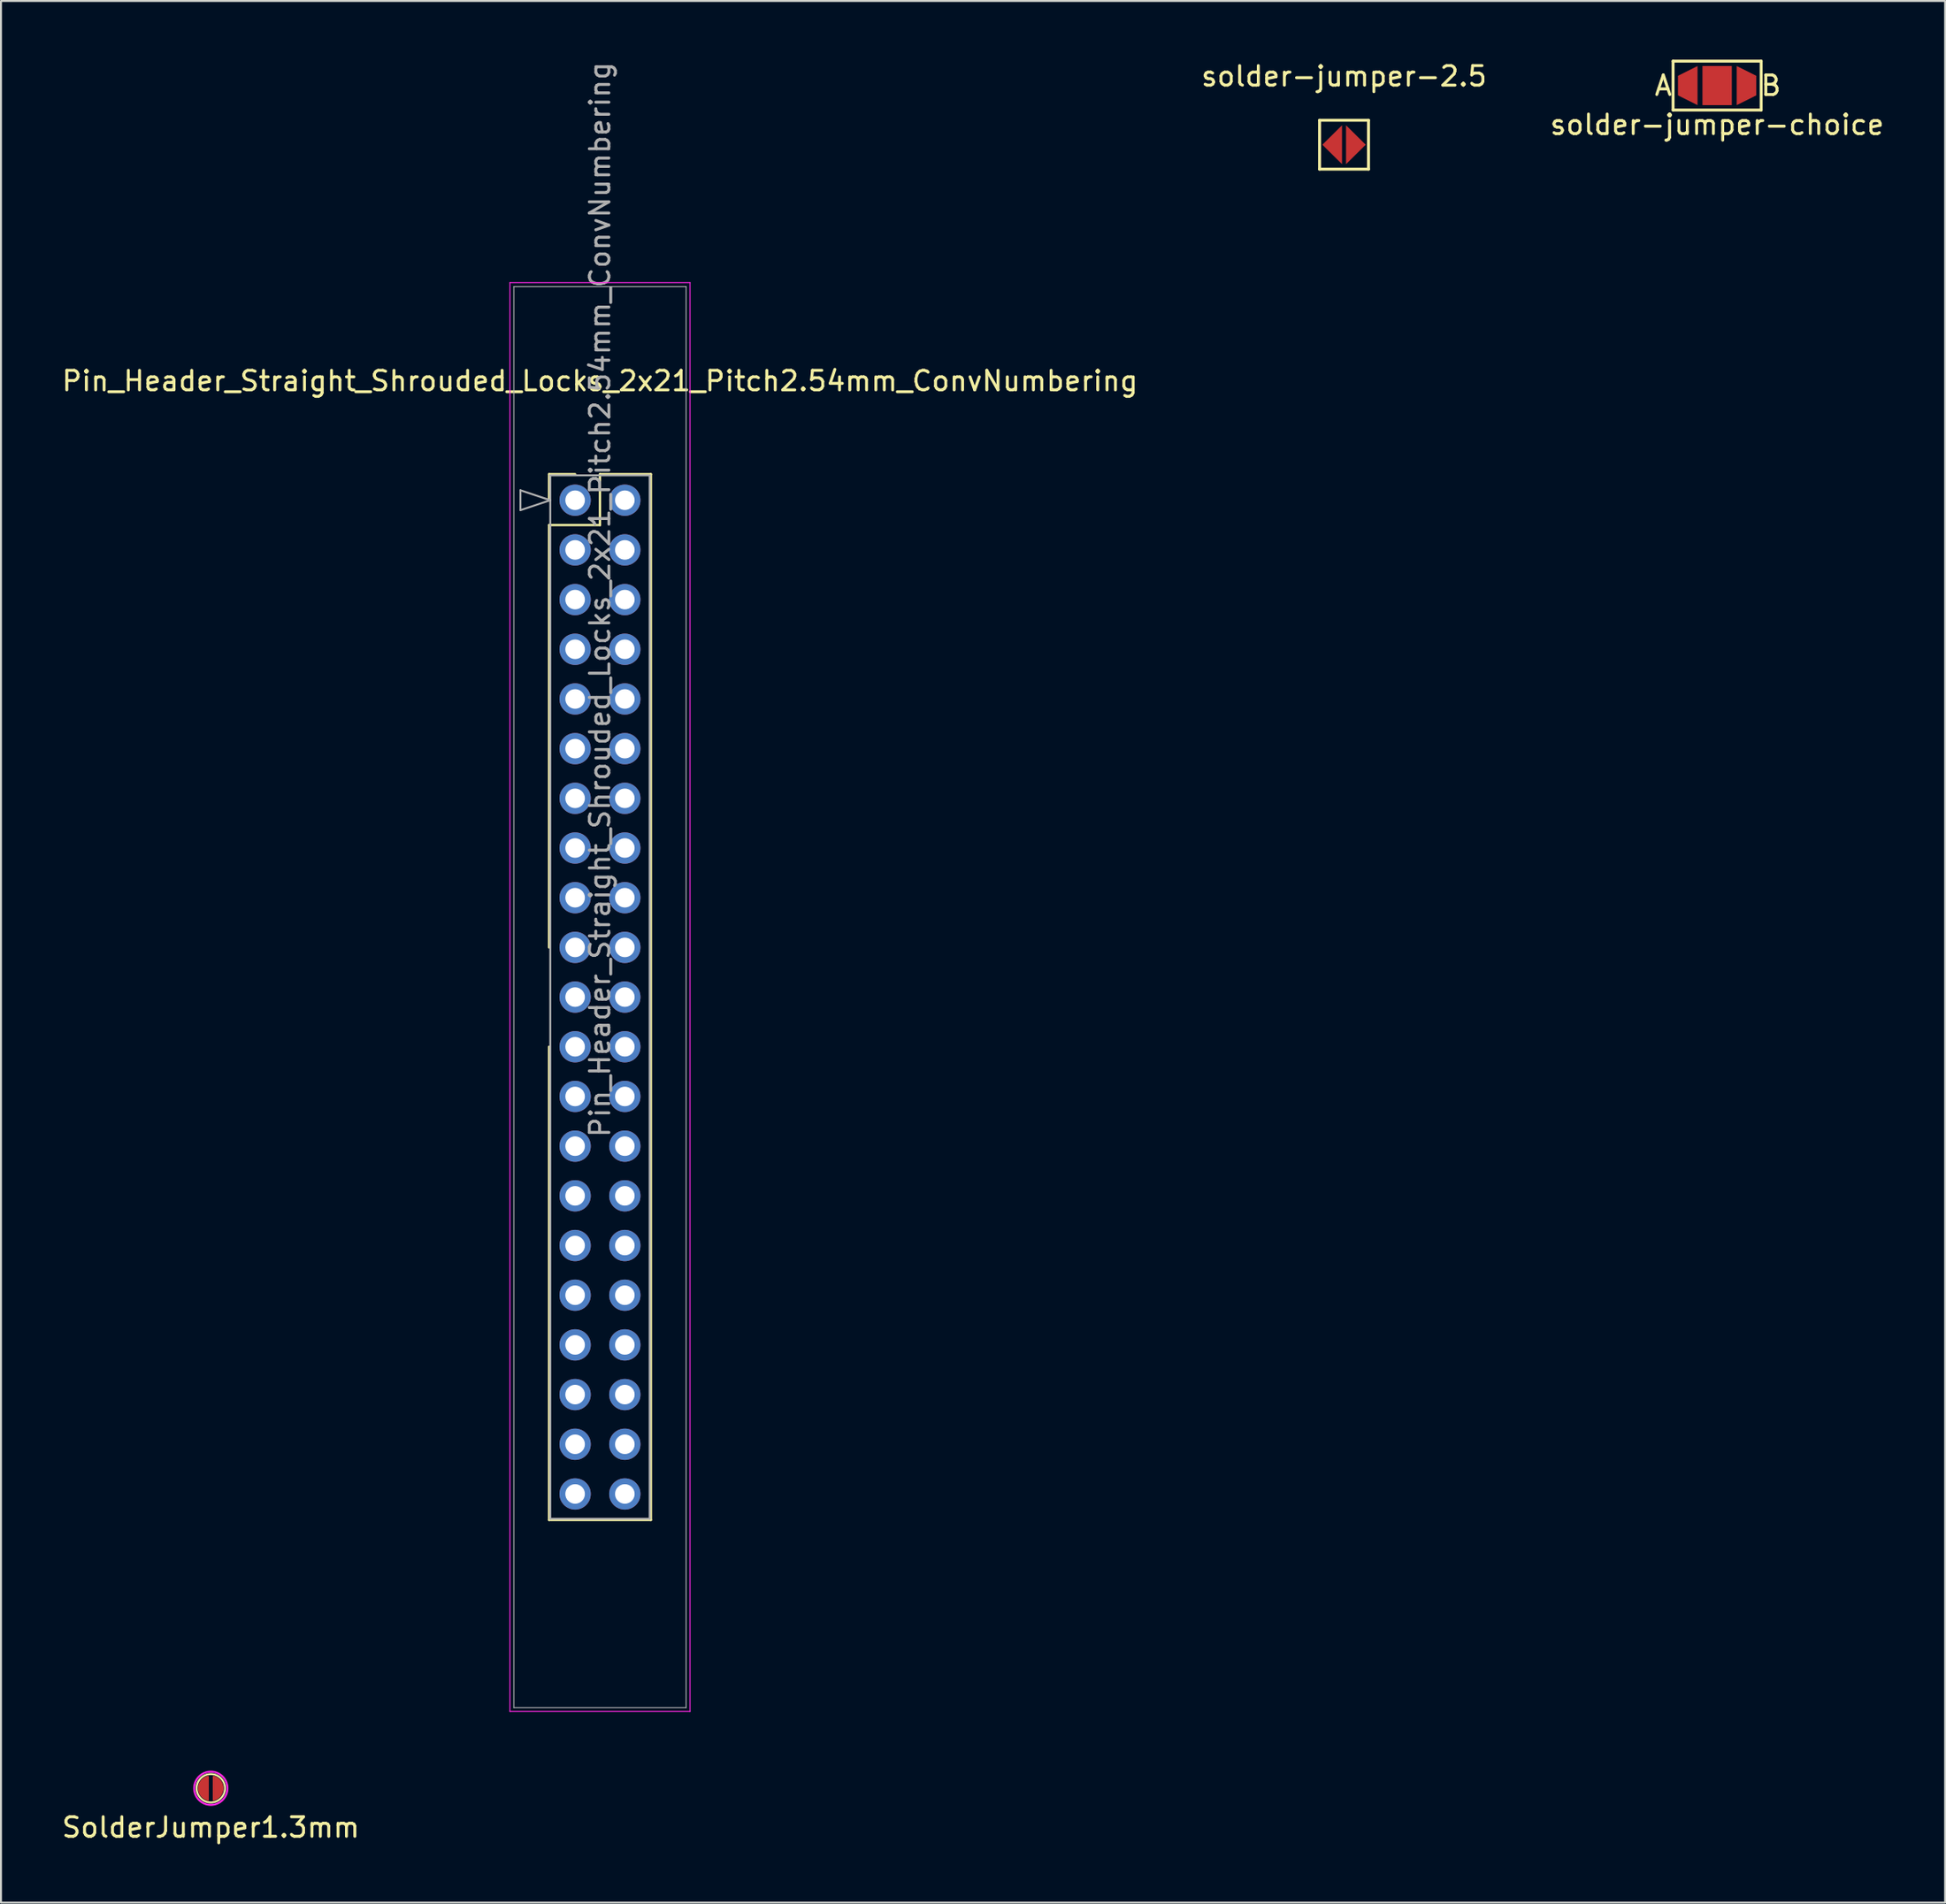
<source format=kicad_pcb>
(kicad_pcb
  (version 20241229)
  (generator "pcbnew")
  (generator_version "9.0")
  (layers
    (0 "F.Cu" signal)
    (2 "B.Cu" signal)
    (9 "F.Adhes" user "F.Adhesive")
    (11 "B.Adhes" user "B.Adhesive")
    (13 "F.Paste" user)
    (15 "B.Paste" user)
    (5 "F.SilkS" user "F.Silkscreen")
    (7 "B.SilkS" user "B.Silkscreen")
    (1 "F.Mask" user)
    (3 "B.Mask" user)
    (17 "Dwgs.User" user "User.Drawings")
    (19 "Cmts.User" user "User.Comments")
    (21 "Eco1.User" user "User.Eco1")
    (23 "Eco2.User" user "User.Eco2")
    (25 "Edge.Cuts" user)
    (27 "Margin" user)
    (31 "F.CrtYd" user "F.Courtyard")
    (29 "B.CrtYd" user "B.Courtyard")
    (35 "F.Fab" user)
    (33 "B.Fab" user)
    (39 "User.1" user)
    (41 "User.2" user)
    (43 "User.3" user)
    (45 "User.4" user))
  (footprint "solder-jumper-2.5"
    (layer "F.Cu")
    (at 65.613 4.348)
    (property "Reference" "solder-jumper-2.5" (at 0 -3.5 0) (layer "F.SilkS") (effects (font (size 1 1) (thickness 0.15))))
    (attr through_hole)
    (fp_line (start 0 1) (end 0 -1) (stroke (width 0.254) (type solid)) (layer "F.Mask"))
    (fp_line (start -1.25 -1.25) (end 1.25 -1.25) (stroke (width 0.15) (type solid)) (layer "F.SilkS"))
    (fp_line (start -1.25 1.25) (end -1.25 -1.25) (stroke (width 0.15) (type solid)) (layer "F.SilkS"))
    (fp_line (start 1.25 -1.25) (end 1.25 1.25) (stroke (width 0.15) (type solid)) (layer "F.SilkS"))
    (fp_line (start 1.25 1.25) (end -1.25 1.25) (stroke (width 0.15) (type solid)) (layer "F.SilkS"))
    (pad "1" smd trapezoid (at -0.602 0) (size 1 1) (rect_delta -0.99 0) (layers "F.Cu" "F.Mask" "F.Paste"))
    (pad "2" smd trapezoid (at 0.602 0) (size 1 1) (rect_delta 0.99 0) (layers "F.Cu" "F.Mask" "F.Paste")))
  (footprint "Pin_Header_Straight_Shrouded_Locks_2x21_Pitch2.54mm_ConvNumbering"
    (layer "F.Cu")
    (at 26.331 22.521)
    (property "Reference" "Pin_Header_Straight_Shrouded_Locks_2x21_Pitch2.54mm_ConvNumbering" (at 1.27 -6.096 0) (layer "F.SilkS") (effects (font (size 1 1) (thickness 0.15))))
    (attr through_hole)
    (fp_line (start -1.33 -1.33) (end 0 -1.33) (stroke (width 0.12) (type solid)) (layer "F.SilkS"))
    (fp_line (start -1.33 0) (end -1.33 -1.33) (stroke (width 0.12) (type solid)) (layer "F.SilkS"))
    (fp_line (start -1.33 1.27) (end -1.33 22.86) (stroke (width 0.12) (type solid)) (layer "F.SilkS"))
    (fp_line (start -1.33 1.27) (end 1.27 1.27) (stroke (width 0.12) (type solid)) (layer "F.SilkS"))
    (fp_line (start -1.33 27.94) (end -1.33 52.13) (stroke (width 0.12) (type solid)) (layer "F.SilkS"))
    (fp_line (start -1.33 52.13) (end 3.87 52.13) (stroke (width 0.12) (type solid)) (layer "F.SilkS"))
    (fp_line (start 1.27 -1.33) (end 3.87 -1.33) (stroke (width 0.12) (type solid)) (layer "F.SilkS"))
    (fp_line (start 1.27 1.27) (end 1.27 -1.33) (stroke (width 0.12) (type solid)) (layer "F.SilkS"))
    (fp_line (start 3.87 -1.33) (end 3.87 52.13) (stroke (width 0.12) (type solid)) (layer "F.SilkS"))
    (fp_line (start -3.33 -11.12) (end -3.33 61.92) (stroke (width 0.05) (type solid)) (layer "F.CrtYd"))
    (fp_line (start -3.33 61.92) (end 5.87 61.92) (stroke (width 0.05) (type solid)) (layer "F.CrtYd"))
    (fp_line (start 5.87 -11.12) (end -3.33 -11.12) (stroke (width 0.05) (type solid)) (layer "F.CrtYd"))
    (fp_line (start 5.87 61.92) (end 5.87 -11.12) (stroke (width 0.05) (type solid)) (layer "F.CrtYd"))
    (fp_line (start -3.13 -10.92) (end -3.13 61.72) (stroke (width 0.05) (type solid)) (layer "F.Fab"))
    (fp_line (start -3.13 61.72) (end 5.67 61.72) (stroke (width 0.05) (type solid)) (layer "F.Fab"))
    (fp_line (start -2.794 -0.508) (end -1.27 0) (stroke (width 0.1) (type solid)) (layer "F.Fab"))
    (fp_line (start -2.794 0.508) (end -2.794 -0.508) (stroke (width 0.1) (type solid)) (layer "F.Fab"))
    (fp_line (start -1.27 -1.27) (end -1.27 52.07) (stroke (width 0.1) (type solid)) (layer "F.Fab"))
    (fp_line (start -1.27 0) (end -2.794 0.508) (stroke (width 0.1) (type solid)) (layer "F.Fab"))
    (fp_line (start -1.27 52.07) (end 3.81 52.07) (stroke (width 0.1) (type solid)) (layer "F.Fab"))
    (fp_line (start 3.81 -1.27) (end -1.27 -1.27) (stroke (width 0.1) (type solid)) (layer "F.Fab"))
    (fp_line (start 3.81 52.07) (end 3.81 -1.27) (stroke (width 0.1) (type solid)) (layer "F.Fab"))
    (fp_line (start 5.67 -10.92) (end -3.13 -10.92) (stroke (width 0.05) (type solid)) (layer "F.Fab"))
    (fp_line (start 5.67 61.72) (end 5.67 -10.92) (stroke (width 0.05) (type solid)) (layer "F.Fab"))
    (fp_text user "${REFERENCE}" (at 1.27 5.08 90) (layer "F.Fab") (effects (font (size 1 1) (thickness 0.15))))
    (pad "1" thru_hole oval (at 0 0) (size 1.6 1.6) (drill 1) (layers "*.Cu" "*.Mask"))
    (pad "2" thru_hole oval (at 2.54 0) (size 1.6 1.6) (drill 1) (layers "*.Cu" "*.Mask"))
    (pad "3" thru_hole oval (at 0 2.54) (size 1.6 1.6) (drill 1) (layers "*.Cu" "*.Mask"))
    (pad "4" thru_hole oval (at 2.54 2.54) (size 1.6 1.6) (drill 1) (layers "*.Cu" "*.Mask"))
    (pad "5" thru_hole oval (at 0 5.08) (size 1.6 1.6) (drill 1) (layers "*.Cu" "*.Mask"))
    (pad "6" thru_hole oval (at 2.54 5.08) (size 1.6 1.6) (drill 1) (layers "*.Cu" "*.Mask"))
    (pad "7" thru_hole oval (at 0 7.62) (size 1.6 1.6) (drill 1) (layers "*.Cu" "*.Mask"))
    (pad "8" thru_hole oval (at 2.54 7.62) (size 1.6 1.6) (drill 1) (layers "*.Cu" "*.Mask"))
    (pad "9" thru_hole oval (at 0 10.16) (size 1.6 1.6) (drill 1) (layers "*.Cu" "*.Mask"))
    (pad "10" thru_hole oval (at 2.54 10.16) (size 1.6 1.6) (drill 1) (layers "*.Cu" "*.Mask"))
    (pad "11" thru_hole oval (at 0 12.7) (size 1.6 1.6) (drill 1) (layers "*.Cu" "*.Mask"))
    (pad "12" thru_hole oval (at 2.54 12.7) (size 1.6 1.6) (drill 1) (layers "*.Cu" "*.Mask"))
    (pad "13" thru_hole oval (at 0 15.24) (size 1.6 1.6) (drill 1) (layers "*.Cu" "*.Mask"))
    (pad "14" thru_hole oval (at 2.54 15.24) (size 1.6 1.6) (drill 1) (layers "*.Cu" "*.Mask"))
    (pad "15" thru_hole oval (at 0 17.78) (size 1.6 1.6) (drill 1) (layers "*.Cu" "*.Mask"))
    (pad "16" thru_hole oval (at 2.54 17.78) (size 1.6 1.6) (drill 1) (layers "*.Cu" "*.Mask"))
    (pad "17" thru_hole oval (at 0 20.32) (size 1.6 1.6) (drill 1) (layers "*.Cu" "*.Mask"))
    (pad "18" thru_hole oval (at 2.54 20.32) (size 1.6 1.6) (drill 1) (layers "*.Cu" "*.Mask"))
    (pad "19" thru_hole oval (at 0 22.86) (size 1.6 1.6) (drill 1) (layers "*.Cu" "*.Mask"))
    (pad "20" thru_hole oval (at 2.54 22.86) (size 1.6 1.6) (drill 1) (layers "*.Cu" "*.Mask"))
    (pad "21" thru_hole oval (at 0 25.4) (size 1.6 1.6) (drill 1) (layers "*.Cu" "*.Mask"))
    (pad "22" thru_hole oval (at 2.54 25.4) (size 1.6 1.6) (drill 1) (layers "*.Cu" "*.Mask"))
    (pad "23" thru_hole oval (at 0 27.94) (size 1.6 1.6) (drill 1) (layers "*.Cu" "*.Mask"))
    (pad "24" thru_hole oval (at 2.54 27.94) (size 1.6 1.6) (drill 1) (layers "*.Cu" "*.Mask"))
    (pad "25" thru_hole oval (at 0 30.48) (size 1.6 1.6) (drill 1) (layers "*.Cu" "*.Mask"))
    (pad "26" thru_hole oval (at 2.54 30.48) (size 1.6 1.6) (drill 1) (layers "*.Cu" "*.Mask"))
    (pad "27" thru_hole oval (at 0 33.02) (size 1.6 1.6) (drill 1) (layers "*.Cu" "*.Mask"))
    (pad "28" thru_hole oval (at 2.54 33.02) (size 1.6 1.6) (drill 1) (layers "*.Cu" "*.Mask"))
    (pad "29" thru_hole oval (at 0 35.56) (size 1.6 1.6) (drill 1) (layers "*.Cu" "*.Mask"))
    (pad "30" thru_hole oval (at 2.54 35.56) (size 1.6 1.6) (drill 1) (layers "*.Cu" "*.Mask"))
    (pad "31" thru_hole oval (at 0 38.1) (size 1.6 1.6) (drill 1) (layers "*.Cu" "*.Mask"))
    (pad "32" thru_hole oval (at 2.54 38.1) (size 1.6 1.6) (drill 1) (layers "*.Cu" "*.Mask"))
    (pad "33" thru_hole oval (at 0 40.64) (size 1.6 1.6) (drill 1) (layers "*.Cu" "*.Mask"))
    (pad "34" thru_hole oval (at 2.54 40.64) (size 1.6 1.6) (drill 1) (layers "*.Cu" "*.Mask"))
    (pad "35" thru_hole oval (at 0 43.18) (size 1.6 1.6) (drill 1) (layers "*.Cu" "*.Mask"))
    (pad "36" thru_hole oval (at 2.54 43.18) (size 1.6 1.6) (drill 1) (layers "*.Cu" "*.Mask"))
    (pad "37" thru_hole oval (at 0 45.72) (size 1.6 1.6) (drill 1) (layers "*.Cu" "*.Mask"))
    (pad "38" thru_hole oval (at 2.54 45.72) (size 1.6 1.6) (drill 1) (layers "*.Cu" "*.Mask"))
    (pad "39" thru_hole oval (at 0 48.26) (size 1.6 1.6) (drill 1) (layers "*.Cu" "*.Mask"))
    (pad "40" thru_hole oval (at 2.54 48.26) (size 1.6 1.6) (drill 1) (layers "*.Cu" "*.Mask"))
    (pad "41" thru_hole oval (at 0 50.8) (size 1.6 1.6) (drill 1) (layers "*.Cu" "*.Mask"))
    (pad "42" thru_hole oval (at 2.54 50.8) (size 1.6 1.6) (drill 1) (layers "*.Cu" "*.Mask")))
  (footprint "solder-jumper-choice"
    (layer "F.Cu")
    (at 84.673 1.325)
    (property "Reference" "solder-jumper-choice" (at 0 2 0) (layer "F.SilkS") (effects (font (size 1 1) (thickness 0.15))))
    (attr through_hole)
    (fp_line (start -0.875 -0.95) (end -0.875 0.95) (stroke (width 0.25) (type solid)) (layer "F.Mask"))
    (fp_line (start 0.875 -0.95) (end 0.875 0.95) (stroke (width 0.25) (type solid)) (layer "F.Mask"))
    (fp_line (start -2.25 -1.25) (end 2.25 -1.25) (stroke (width 0.15) (type solid)) (layer "F.SilkS"))
    (fp_line (start -2.25 1.25) (end -2.25 -1.25) (stroke (width 0.15) (type solid)) (layer "F.SilkS"))
    (fp_line (start 2.25 -1.25) (end 2.25 1.25) (stroke (width 0.15) (type solid)) (layer "F.SilkS"))
    (fp_line (start 2.25 1.25) (end -2.25 1.25) (stroke (width 0.15) (type solid)) (layer "F.SilkS"))
    (fp_text user "B" (at 2.75 0 0) (layer "F.SilkS") (effects (font (size 1 1) (thickness 0.15))))
    (fp_text user "A" (at -2.75 0 0) (layer "F.SilkS") (effects (font (size 1 1) (thickness 0.15))))
    (pad "1" smd trapezoid (at -1.5 0) (size 1 1.5) (rect_delta -0.5 0) (layers "F.Cu" "F.Mask" "F.Paste"))
    (pad "2" smd rect (at 0 0) (size 1.5 2) (layers "F.Cu" "F.Mask" "F.Paste"))
    (pad "3" smd trapezoid (at 1.5 0) (size 1 1.5) (rect_delta 0.5 0) (layers "F.Cu" "F.Mask" "F.Paste")))
  (footprint "SolderJumper1.3mm"
    (layer "F.Cu")
    (at 7.72 88.366)
    (property "Reference" "SolderJumper1.3mm" (at 0 2 0) (layer "F.SilkS") (effects (font (size 1 1) (thickness 0.15))))
    (attr through_hole)
    (fp_poly (pts (xy -0.1 -0.65) (xy 0.1 -0.65) (xy 0.1 0.65) (xy -0.1 0.65)) (stroke (width 0.01) (type solid)) (fill yes) (layer "F.Mask"))
    (fp_circle (center 0 0) (end 0 -0.725) (stroke (width 0.1) (type solid)) (fill no) (layer "F.SilkS"))
    (fp_circle (center 0 0) (end 0 -0.85) (stroke (width 0.1) (type solid)) (fill no) (layer "F.CrtYd"))
    (pad "1" smd custom (at -0.5 0) (size 0.2 0.2) (layers "F.Cu" "F.Mask" "F.Paste") (options (anchor circle)) (primitives (gr_poly (pts (xy 0.398 0.643) (xy 0.383 0.64) (xy 0.37 0.638) (xy 0.358 0.635) (xy 0.348 0.632) (xy 0.337 0.63) (xy 0.327 0.627) (xy 0.32 0.625) (xy 0.309 0.622) (xy 0.302 0.62) (xy 0.294 0.617) (xy 0.287 0.615) (xy 0.279 0.612) (xy 0.271 0.61) (xy 0.266 0.607) (xy 0.259 0.605) (xy 0.228 0.592) (xy 0.198 0.577) (xy 0.17 0.561) (xy 0.144 0.546) (xy 0.127 0.533) (xy 0.109 0.521) (xy 0.089 0.505) (xy 0.048 0.47) (xy 0.022 0.445) (xy 0.007 0.427) (xy -0.016 0.399) (xy -0.038 0.368) (xy -0.056 0.34) (xy -0.079 0.3) (xy -0.099 0.257) (xy -0.112 0.226) (xy -0.125 0.188) (xy -0.138 0.14) (xy -0.15 0.064) (xy -0.153 0.005) (xy -0.15 -0.056) (xy -0.145 -0.099) (xy -0.138 -0.14) (xy -0.127 -0.18) (xy -0.115 -0.218) (xy -0.102 -0.251) (xy -0.082 -0.295) (xy -0.064 -0.328) (xy -0.049 -0.353) (xy -0.021 -0.394) (xy -0.005 -0.411) (xy 0.03 -0.452) (xy 0.056 -0.478) (xy 0.089 -0.505) (xy 0.122 -0.531) (xy 0.149 -0.549) (xy 0.177 -0.566) (xy 0.213 -0.584) (xy 0.241 -0.597) (xy 0.279 -0.612) (xy 0.302 -0.62) (xy 0.348 -0.632) (xy 0.386 -0.64) (xy 0.398 -0.643)) (width 0.001) (fill yes))))
    (pad "2" smd custom (at 0.5 0) (size 0.2 0.2) (layers "F.Cu" "F.Mask" "F.Paste") (options (anchor circle)) (primitives (gr_poly (pts (xy -0.401 -0.643) (xy -0.386 -0.64) (xy -0.373 -0.638) (xy -0.36 -0.635) (xy -0.35 -0.632) (xy -0.34 -0.63) (xy -0.33 -0.627) (xy -0.322 -0.625) (xy -0.312 -0.622) (xy -0.304 -0.62) (xy -0.297 -0.617) (xy -0.289 -0.615) (xy -0.282 -0.612) (xy -0.274 -0.61) (xy -0.269 -0.607) (xy -0.261 -0.605) (xy -0.231 -0.592) (xy -0.2 -0.577) (xy -0.172 -0.561) (xy -0.147 -0.546) (xy -0.129 -0.533) (xy -0.111 -0.521) (xy -0.091 -0.505) (xy -0.05 -0.47) (xy -0.025 -0.445) (xy -0.01 -0.427) (xy 0.013 -0.399) (xy 0.036 -0.368) (xy 0.054 -0.34) (xy 0.077 -0.3) (xy 0.097 -0.257) (xy 0.11 -0.226) (xy 0.122 -0.188) (xy 0.135 -0.14) (xy 0.148 -0.064) (xy 0.15 -0.005) (xy 0.148 0.056) (xy 0.143 0.099) (xy 0.135 0.14) (xy 0.125 0.18) (xy 0.112 0.218) (xy 0.099 0.251) (xy 0.079 0.295) (xy 0.061 0.328) (xy 0.046 0.353) (xy 0.018 0.394) (xy 0.003 0.411) (xy -0.033 0.452) (xy -0.058 0.478) (xy -0.091 0.505) (xy -0.124 0.531) (xy -0.152 0.549) (xy -0.18 0.566) (xy -0.216 0.584) (xy -0.243 0.597) (xy -0.282 0.612) (xy -0.304 0.62) (xy -0.35 0.632) (xy -0.388 0.64) (xy -0.396 0.64) (xy -0.401 0.643)) (width 0.001) (fill yes)))))
  (gr_rect
    (start -3 -3)
    (end 96.321 94.214)
    (stroke (width 0.1) (type default))
    (fill no)
    (layer "Edge.Cuts")))
</source>
